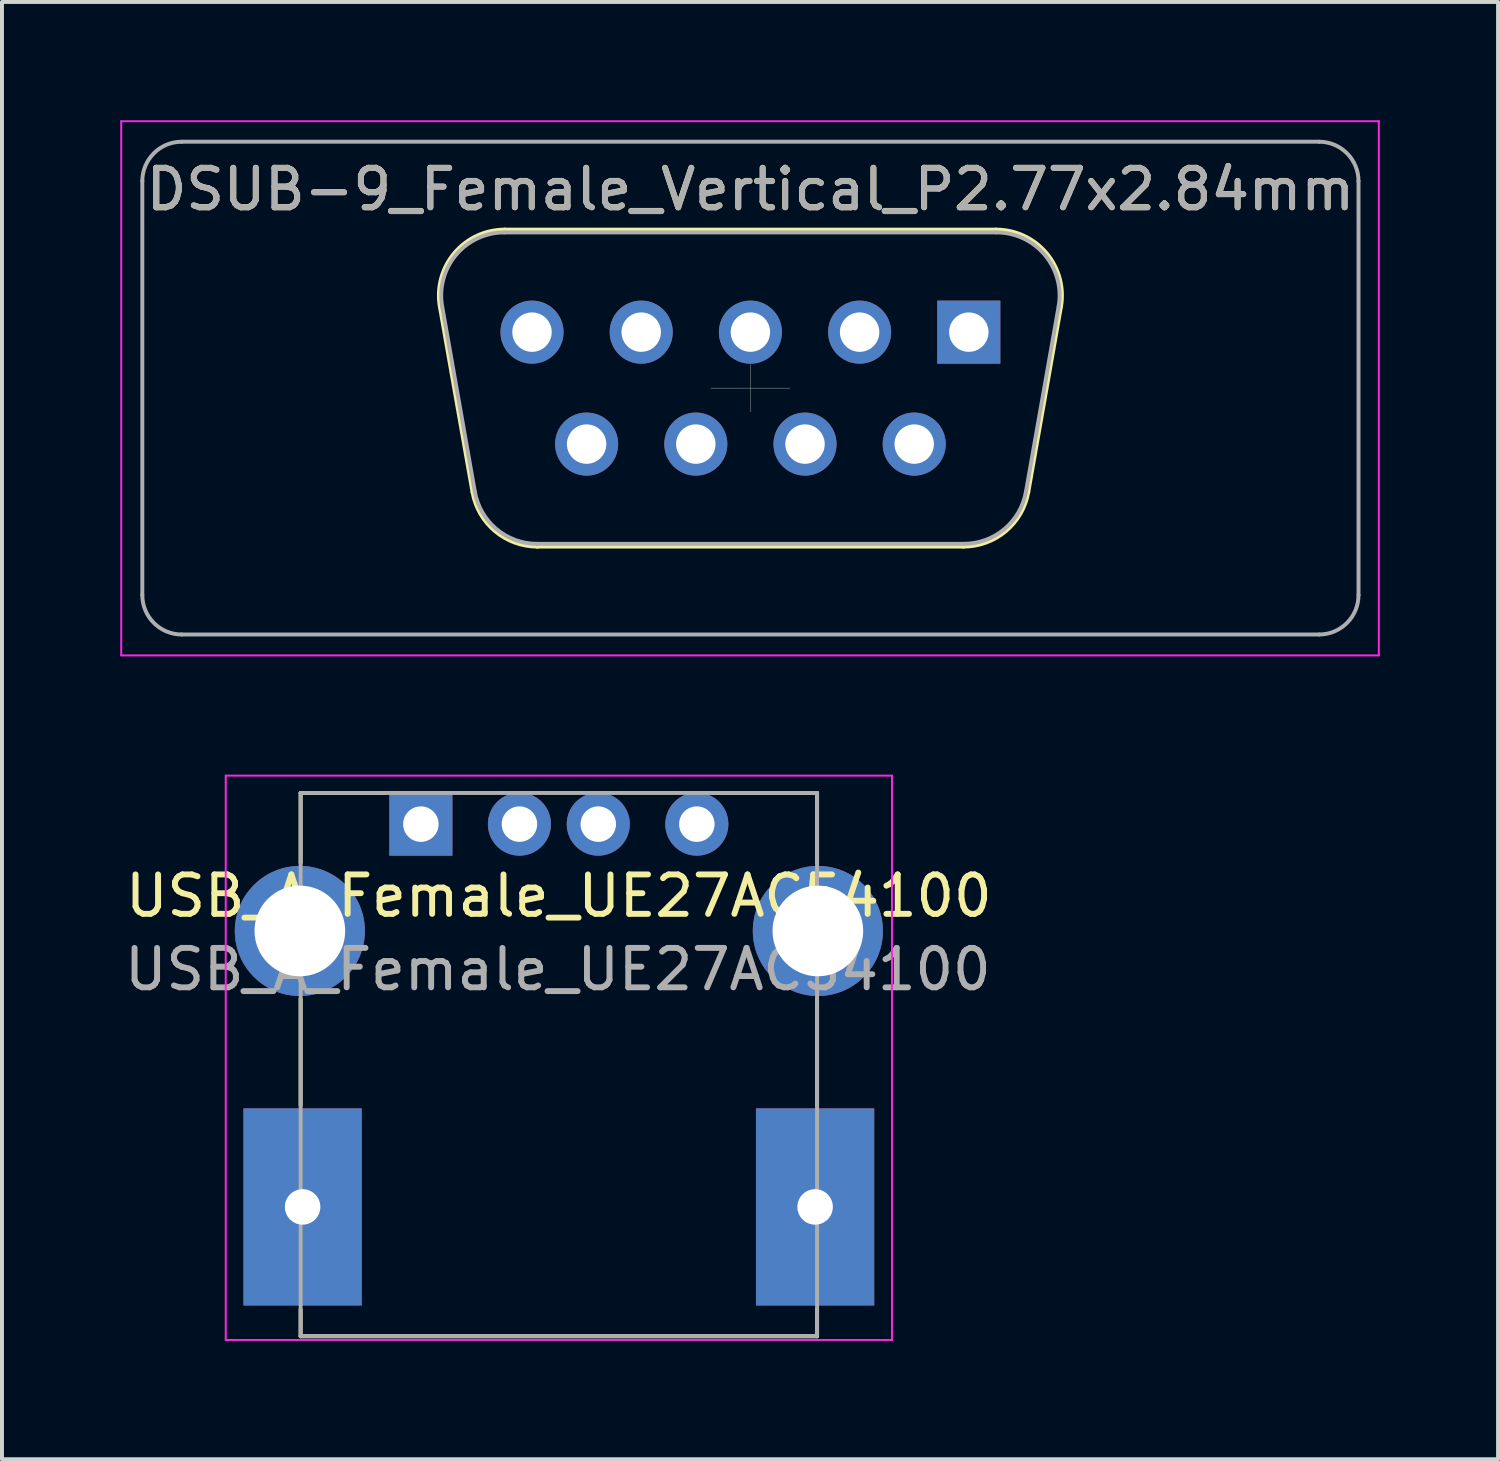
<source format=kicad_pcb>
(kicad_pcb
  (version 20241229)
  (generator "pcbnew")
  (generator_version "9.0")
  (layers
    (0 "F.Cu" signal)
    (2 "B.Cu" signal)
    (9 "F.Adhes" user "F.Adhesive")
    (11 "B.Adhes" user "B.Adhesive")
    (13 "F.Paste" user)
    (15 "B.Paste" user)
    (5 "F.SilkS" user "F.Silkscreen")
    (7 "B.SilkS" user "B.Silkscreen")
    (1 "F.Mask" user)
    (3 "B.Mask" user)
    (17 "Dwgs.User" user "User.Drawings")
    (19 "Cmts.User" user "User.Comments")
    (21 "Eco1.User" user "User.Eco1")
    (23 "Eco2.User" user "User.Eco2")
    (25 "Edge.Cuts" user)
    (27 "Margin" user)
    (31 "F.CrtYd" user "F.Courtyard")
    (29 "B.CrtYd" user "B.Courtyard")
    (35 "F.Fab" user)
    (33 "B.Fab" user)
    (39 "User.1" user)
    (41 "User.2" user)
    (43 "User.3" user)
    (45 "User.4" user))
  (footprint "USB_A_Female_UE27AC54100"
    (layer "F.Cu")
    (at 11.126 20.565)
    (property "Reference" "USB_A_Female_UE27AC54100" (at 0 -0.889 0) (unlocked yes) (layer "F.SilkS") (effects (font (size 1 1) (thickness 0.15))))
    (attr through_hole)
    (fp_line (start -6.55 -3.5) (end -6.55 -1.725) (stroke (width 0.1) (type solid)) (layer "F.SilkS"))
    (fp_line (start -6.55 -3.5) (end -4.4 -3.5) (stroke (width 0.1) (type solid)) (layer "F.SilkS"))
    (fp_line (start -6.55 1.725) (end -6.55 4.425) (stroke (width 0.1) (type solid)) (layer "F.SilkS"))
    (fp_line (start -6.55 10.28) (end -6.55 9.6) (stroke (width 0.1) (type solid)) (layer "F.SilkS"))
    (fp_line (start 3.9 -3.5) (end 6.55 -3.5) (stroke (width 0.1) (type solid)) (layer "F.SilkS"))
    (fp_line (start 6.55 -3.5) (end 6.55 -1.725) (stroke (width 0.1) (type solid)) (layer "F.SilkS"))
    (fp_line (start 6.55 1.725) (end 6.55 4.425) (stroke (width 0.1) (type solid)) (layer "F.SilkS"))
    (fp_line (start 6.55 9.6) (end 6.55 10.28) (stroke (width 0.1) (type solid)) (layer "F.SilkS"))
    (fp_line (start 6.55 10.28) (end -6.55 10.28) (stroke (width 0.1) (type solid)) (layer "F.SilkS"))
    (fp_line (start -8.45 -3.94) (end -8.45 10.375) (stroke (width 0.05) (type solid)) (layer "F.CrtYd"))
    (fp_line (start -8.45 -3.94) (end 8.45 -3.94) (stroke (width 0.05) (type solid)) (layer "F.CrtYd"))
    (fp_line (start -8.45 10.375) (end 8.45 10.375) (stroke (width 0.05) (type solid)) (layer "F.CrtYd"))
    (fp_line (start 8.45 -3.94) (end 8.45 10.375) (stroke (width 0.05) (type solid)) (layer "F.CrtYd"))
    (fp_line (start -6.55 -3.5) (end -6.55 10.28) (stroke (width 0.1) (type solid)) (layer "F.Fab"))
    (fp_line (start -6.55 -3.5) (end 6.55 -3.5) (stroke (width 0.1) (type solid)) (layer "F.Fab"))
    (fp_line (start -6.55 10.28) (end 6.55 10.28) (stroke (width 0.1) (type solid)) (layer "F.Fab"))
    (fp_line (start 6.55 -3.5) (end 6.55 10.28) (stroke (width 0.1) (type solid)) (layer "F.Fab"))
    (fp_text user "${REFERENCE}" (at -0.025 0.975 180) (layer "F.Fab") (effects (font (size 1 1) (thickness 0.15))))
    (pad "1" thru_hole rect (at -3.5 -2.71) (size 1.6 1.6) (drill 0.9) (layers "*.Cu" "*.Mask"))
    (pad "2" thru_hole circle (at -1 -2.71) (size 1.6 1.6) (drill 0.9) (layers "*.Cu" "*.Mask"))
    (pad "3" thru_hole circle (at 1 -2.71) (size 1.6 1.6) (drill 0.9) (layers "*.Cu" "*.Mask"))
    (pad "4" thru_hole circle (at 3.5 -2.71) (size 1.6 1.6) (drill 0.9) (layers "*.Cu" "*.Mask"))
    (pad "S" thru_hole rect (at -6.5 7) (size 3 5) (drill 0.9) (layers "*.Cu" "*.Mask"))
    (pad "S" thru_hole rect (at 6.5 7) (size 3 5) (drill 0.9) (layers "*.Cu" "*.Mask"))
    (pad "SH" thru_hole circle (at -6.57 0) (size 3.3 3.3) (drill 2.3) (layers "*.Cu" "*.Mask"))
    (pad "SH" thru_hole circle (at 6.57 0) (size 3.3 3.3) (drill 2.3) (layers "*.Cu" "*.Mask")))
  (footprint "DSUB-9_Female_Vertical_P2.77x2.84mm"
    (layer "F.Cu")
    (at 21.525 5.375)
    (property "Reference" "DSUB-9_Female_Vertical_P2.77x2.84mm" (at -5.54 -3.625 180) (layer "F.SilkS") (effects (font (size 1 1) (thickness 0.15))))
    (attr through_hole)
    (fp_line (start -13.406 -0.642) (end -12.578 4.058) (stroke (width 0.12) (type solid)) (layer "F.SilkS"))
    (fp_line (start -11.772 -2.59) (end 0.692 -2.59) (stroke (width 0.12) (type solid)) (layer "F.SilkS"))
    (fp_line (start -10.943 5.43) (end -0.137 5.43) (stroke (width 0.12) (type solid)) (layer "F.SilkS"))
    (fp_line (start 2.326 -0.642) (end 1.498 4.058) (stroke (width 0.12) (type solid)) (layer "F.SilkS"))
    (fp_arc (start -13.40647 -0.641744) (mid -13.043323 -1.997028) (end -11.771689 -2.59) (stroke (width 0.12) (type solid)) (layer "F.SilkS"))
    (fp_arc (start -10.942952 5.43) (mid -12.009979 5.041634) (end -12.577733 4.058256) (stroke (width 0.12) (type solid)) (layer "F.SilkS"))
    (fp_arc (start 0.691689 -2.59) (mid 1.963323 -1.997027) (end 2.32647 -0.641744) (stroke (width 0.12) (type solid)) (layer "F.SilkS"))
    (fp_arc (start 1.497733 4.058256) (mid 0.92998 5.041634) (end -0.137048 5.43) (stroke (width 0.12) (type solid)) (layer "F.SilkS"))
    (fp_line (start -6.54 1.42) (end -4.54 1.42) (stroke (width 0.01) (type solid)) (layer "Dwgs.User"))
    (fp_line (start -5.54 0.82) (end -5.54 2.02) (stroke (width 0.01) (type solid)) (layer "Dwgs.User"))
    (fp_line (start -21.5 -5.35) (end -21.5 8.2) (stroke (width 0.05) (type solid)) (layer "F.CrtYd"))
    (fp_line (start -21.5 8.2) (end 10.4 8.2) (stroke (width 0.05) (type solid)) (layer "F.CrtYd"))
    (fp_line (start 10.4 -5.35) (end -21.5 -5.35) (stroke (width 0.05) (type solid)) (layer "F.CrtYd"))
    (fp_line (start 10.4 8.2) (end 10.4 -5.35) (stroke (width 0.05) (type solid)) (layer "F.CrtYd"))
    (fp_line (start -20.965 6.67) (end -20.965 -3.83) (stroke (width 0.1) (type solid)) (layer "F.Fab"))
    (fp_line (start -19.965 -4.83) (end 8.885 -4.83) (stroke (width 0.1) (type solid)) (layer "F.Fab"))
    (fp_line (start -13.359 -0.652) (end -12.53 4.048) (stroke (width 0.1) (type solid)) (layer "F.Fab"))
    (fp_line (start -11.783 -2.53) (end 0.703 -2.53) (stroke (width 0.1) (type solid)) (layer "F.Fab"))
    (fp_line (start -10.954 5.37) (end -0.126 5.37) (stroke (width 0.1) (type solid)) (layer "F.Fab"))
    (fp_line (start 2.279 -0.652) (end 1.45 4.048) (stroke (width 0.1) (type solid)) (layer "F.Fab"))
    (fp_line (start 8.885 7.67) (end -19.965 7.67) (stroke (width 0.1) (type solid)) (layer "F.Fab"))
    (fp_line (start 9.885 -3.83) (end 9.885 6.67) (stroke (width 0.1) (type solid)) (layer "F.Fab"))
    (fp_arc (start -20.965 -3.83) (mid -20.672107 -4.537107) (end -19.965 -4.83) (stroke (width 0.1) (type solid)) (layer "F.Fab"))
    (fp_arc (start -19.965 7.67) (mid -20.672107 7.377107) (end -20.965 6.67) (stroke (width 0.1) (type solid)) (layer "F.Fab"))
    (fp_arc (start -13.358886 -0.652163) (mid -13.008865 -1.95846) (end -11.783194 -2.53) (stroke (width 0.1) (type solid)) (layer "F.Fab"))
    (fp_arc (start -10.954457 5.37) (mid -11.982917 4.995671) (end -12.530149 4.047837) (stroke (width 0.1) (type solid)) (layer "F.Fab"))
    (fp_arc (start 0.703194 -2.53) (mid 1.928865 -1.95846) (end 2.278886 -0.652163) (stroke (width 0.1) (type solid)) (layer "F.Fab"))
    (fp_arc (start 1.450149 4.047837) (mid 0.902917 4.995671) (end -0.125543 5.37) (stroke (width 0.1) (type solid)) (layer "F.Fab"))
    (fp_arc (start 8.885 -4.83) (mid 9.592107 -4.537107) (end 9.885 -3.83) (stroke (width 0.1) (type solid)) (layer "F.Fab"))
    (fp_arc (start 9.885 6.67) (mid 9.592107 7.377107) (end 8.885 7.67) (stroke (width 0.1) (type solid)) (layer "F.Fab"))
    (fp_text user "${REFERENCE}" (at -5.537 -3.619 180) (layer "F.Fab") (effects (font (size 1 1) (thickness 0.15))))
    (pad "1" thru_hole rect (at 0 0) (size 1.6 1.6) (drill 1) (layers "*.Cu" "*.Mask"))
    (pad "2" thru_hole circle (at -2.77 0) (size 1.6 1.6) (drill 1) (layers "*.Cu" "*.Mask"))
    (pad "3" thru_hole circle (at -5.54 0) (size 1.6 1.6) (drill 1) (layers "*.Cu" "*.Mask"))
    (pad "4" thru_hole circle (at -8.31 0) (size 1.6 1.6) (drill 1) (layers "*.Cu" "*.Mask"))
    (pad "5" thru_hole circle (at -11.08 0) (size 1.6 1.6) (drill 1) (layers "*.Cu" "*.Mask"))
    (pad "6" thru_hole circle (at -1.385 2.84) (size 1.6 1.6) (drill 1) (layers "*.Cu" "*.Mask"))
    (pad "7" thru_hole circle (at -4.155 2.84) (size 1.6 1.6) (drill 1) (layers "*.Cu" "*.Mask"))
    (pad "8" thru_hole circle (at -6.925 2.84) (size 1.6 1.6) (drill 1) (layers "*.Cu" "*.Mask"))
    (pad "9" thru_hole circle (at -9.695 2.84) (size 1.6 1.6) (drill 1) (layers "*.Cu" "*.Mask")))
  (gr_rect
    (start -3 -3)
    (end 34.95 33.965)
    (stroke (width 0.1) (type default))
    (fill no)
    (layer "Edge.Cuts")))
</source>
